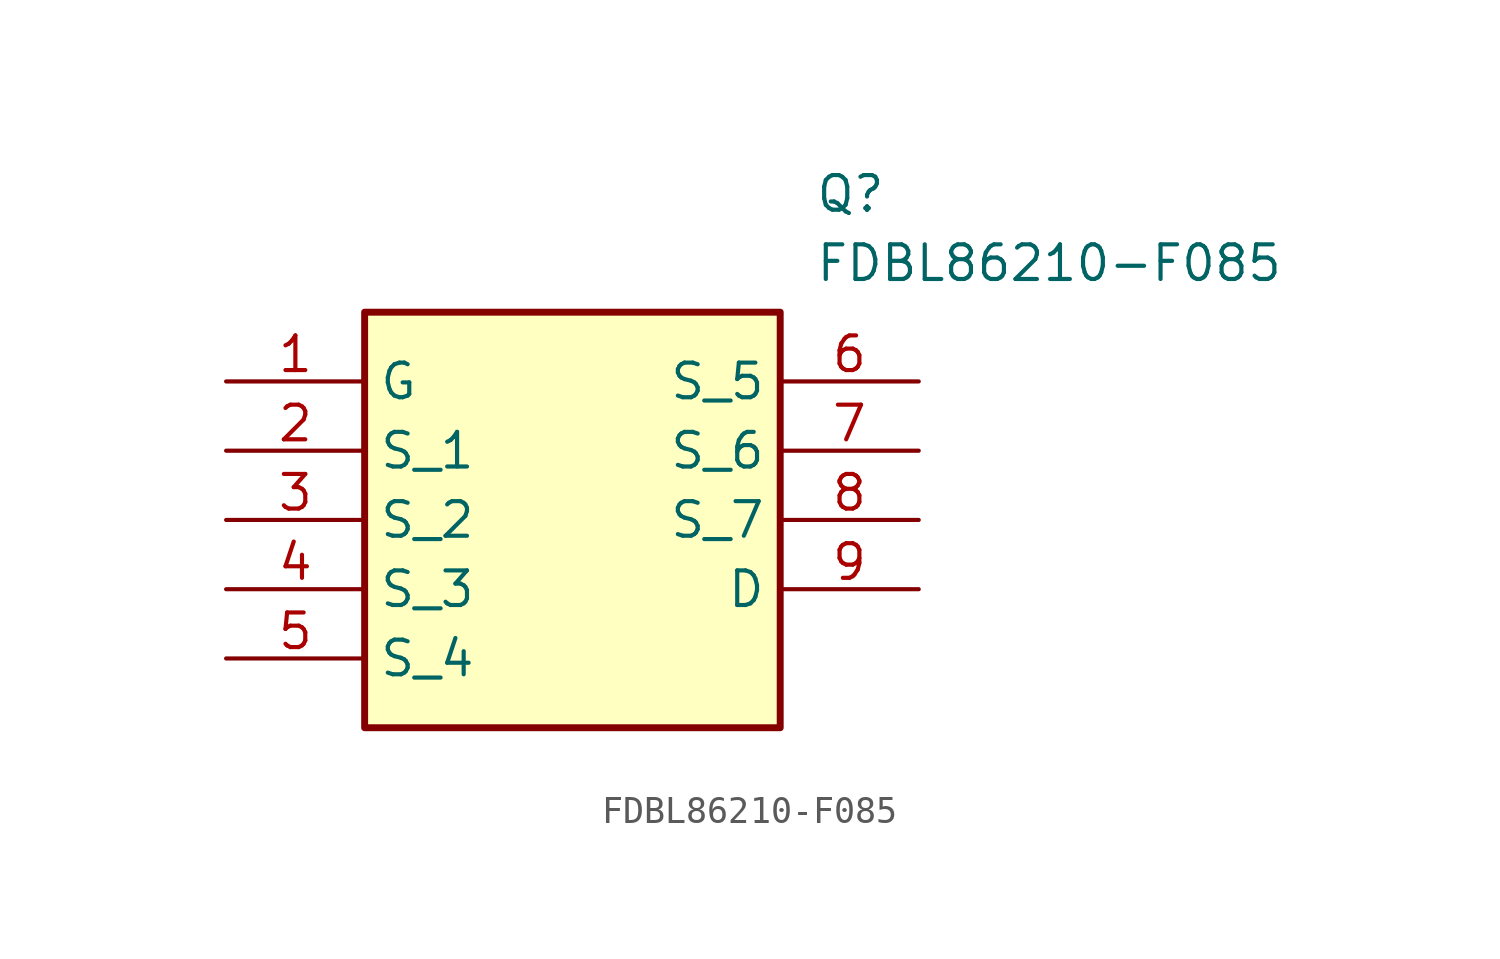
<source format=kicad_sym>
(kicad_symbol_lib
  (version 20211014)
  (generator SamacSys_ECAD_Model)
  (symbol "FDBL86210-F085"
    (property "Reference" "Q"
      (at 21.59 7.62 0)
      (effects (font (size 1.27 1.27)) (justify left top)))
    (property "Value" "FDBL86210-F085"
      (at 21.59 5.08 0)
      (effects (font (size 1.27 1.27)) (justify left top)))
    (rectangle
      (start 5.08 2.54)
      (end 20.32 -12.7)
      (stroke (width 0.254) (type default))
      (fill (type background)))
    (pin passive line
      (at 0 0 0)
      (length 5.08)
      (name "G" (effects (font (size 1.27 1.27))))
      (number "1" (effects (font (size 1.27 1.27)))))
    (pin passive line
      (at 0 -2.54 0)
      (length 5.08)
      (name "S_1" (effects (font (size 1.27 1.27))))
      (number "2" (effects (font (size 1.27 1.27)))))
    (pin passive line
      (at 0 -5.08 0)
      (length 5.08)
      (name "S_2" (effects (font (size 1.27 1.27))))
      (number "3" (effects (font (size 1.27 1.27)))))
    (pin passive line
      (at 0 -7.62 0)
      (length 5.08)
      (name "S_3" (effects (font (size 1.27 1.27))))
      (number "4" (effects (font (size 1.27 1.27)))))
    (pin passive line
      (at 0 -10.16 0)
      (length 5.08)
      (name "S_4" (effects (font (size 1.27 1.27))))
      (number "5" (effects (font (size 1.27 1.27)))))
    (pin passive line
      (at 25.4 0 180)
      (length 5.08)
      (name "S_5" (effects (font (size 1.27 1.27))))
      (number "6" (effects (font (size 1.27 1.27)))))
    (pin passive line
      (at 25.4 -2.54 180)
      (length 5.08)
      (name "S_6" (effects (font (size 1.27 1.27))))
      (number "7" (effects (font (size 1.27 1.27)))))
    (pin passive line
      (at 25.4 -5.08 180)
      (length 5.08)
      (name "S_7" (effects (font (size 1.27 1.27))))
      (number "8" (effects (font (size 1.27 1.27)))))
    (pin passive line
      (at 25.4 -7.62 180)
      (length 5.08)
      (name "D" (effects (font (size 1.27 1.27))))
      (number "9" (effects (font (size 1.27 1.27)))))))
</source>
